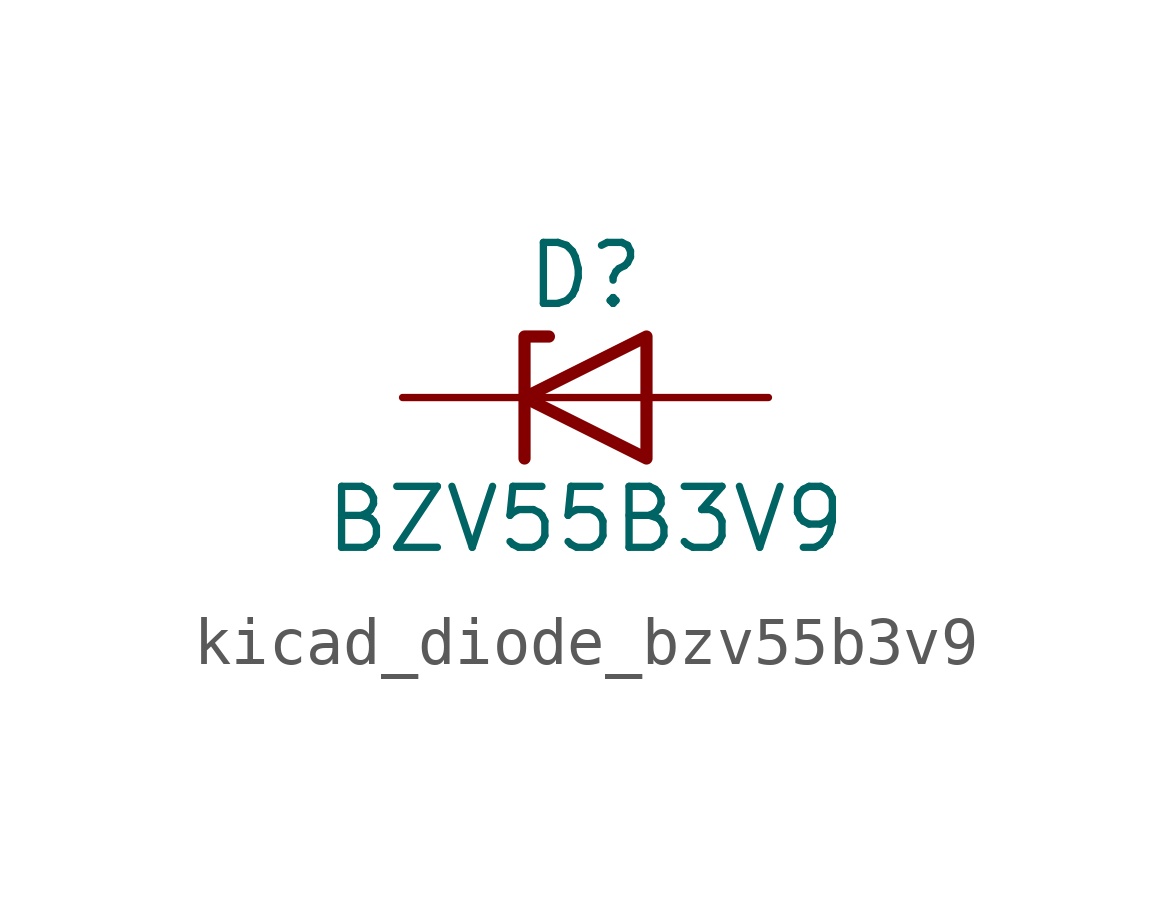
<source format=kicad_sym>
(kicad_symbol_lib
  (version 20220914)
  (generator kicad_symbol_editor)
  (symbol "kicad_diode_bzv55b3v9"
    (pin_numbers hide)
    (pin_names hide)
    (property "Reference" "D"
      (at 0 2.54 0)
      (effects (font (size 1.27 1.27))))
    (property "Value" "BZV55B3V9"
      (at 0 -2.54 0)
      (effects (font (size 1.27 1.27))))
    (symbol "kicad_diode_bzv55b3v9_0_1"
      (polyline (pts (xy 1.27 0) (xy -1.27 0)) (stroke (width 0) (type default)) (fill (type none)))
      (polyline (pts (xy -1.27 -1.27) (xy -1.27 1.27) (xy -0.762 1.27)) (stroke (width 0.254) (type default)) (fill (type none)))
      (polyline (pts (xy 1.27 -1.27) (xy 1.27 1.27) (xy -1.27 0) (xy 1.27 -1.27)) (stroke (width 0.254) (type default)) (fill (type none))))
    (symbol "kicad_diode_bzv55b3v9_1_1"
      (pin passive line (at -3.81 0 0) (length 2.54) (name "K" (effects (font (size 1.27 1.27)))) (number "1" (effects (font (size 1.27 1.27)))))
      (pin passive line (at 3.81 0 180) (length 2.54) (name "A" (effects (font (size 1.27 1.27)))) (number "2" (effects (font (size 1.27 1.27))))))))
</source>
